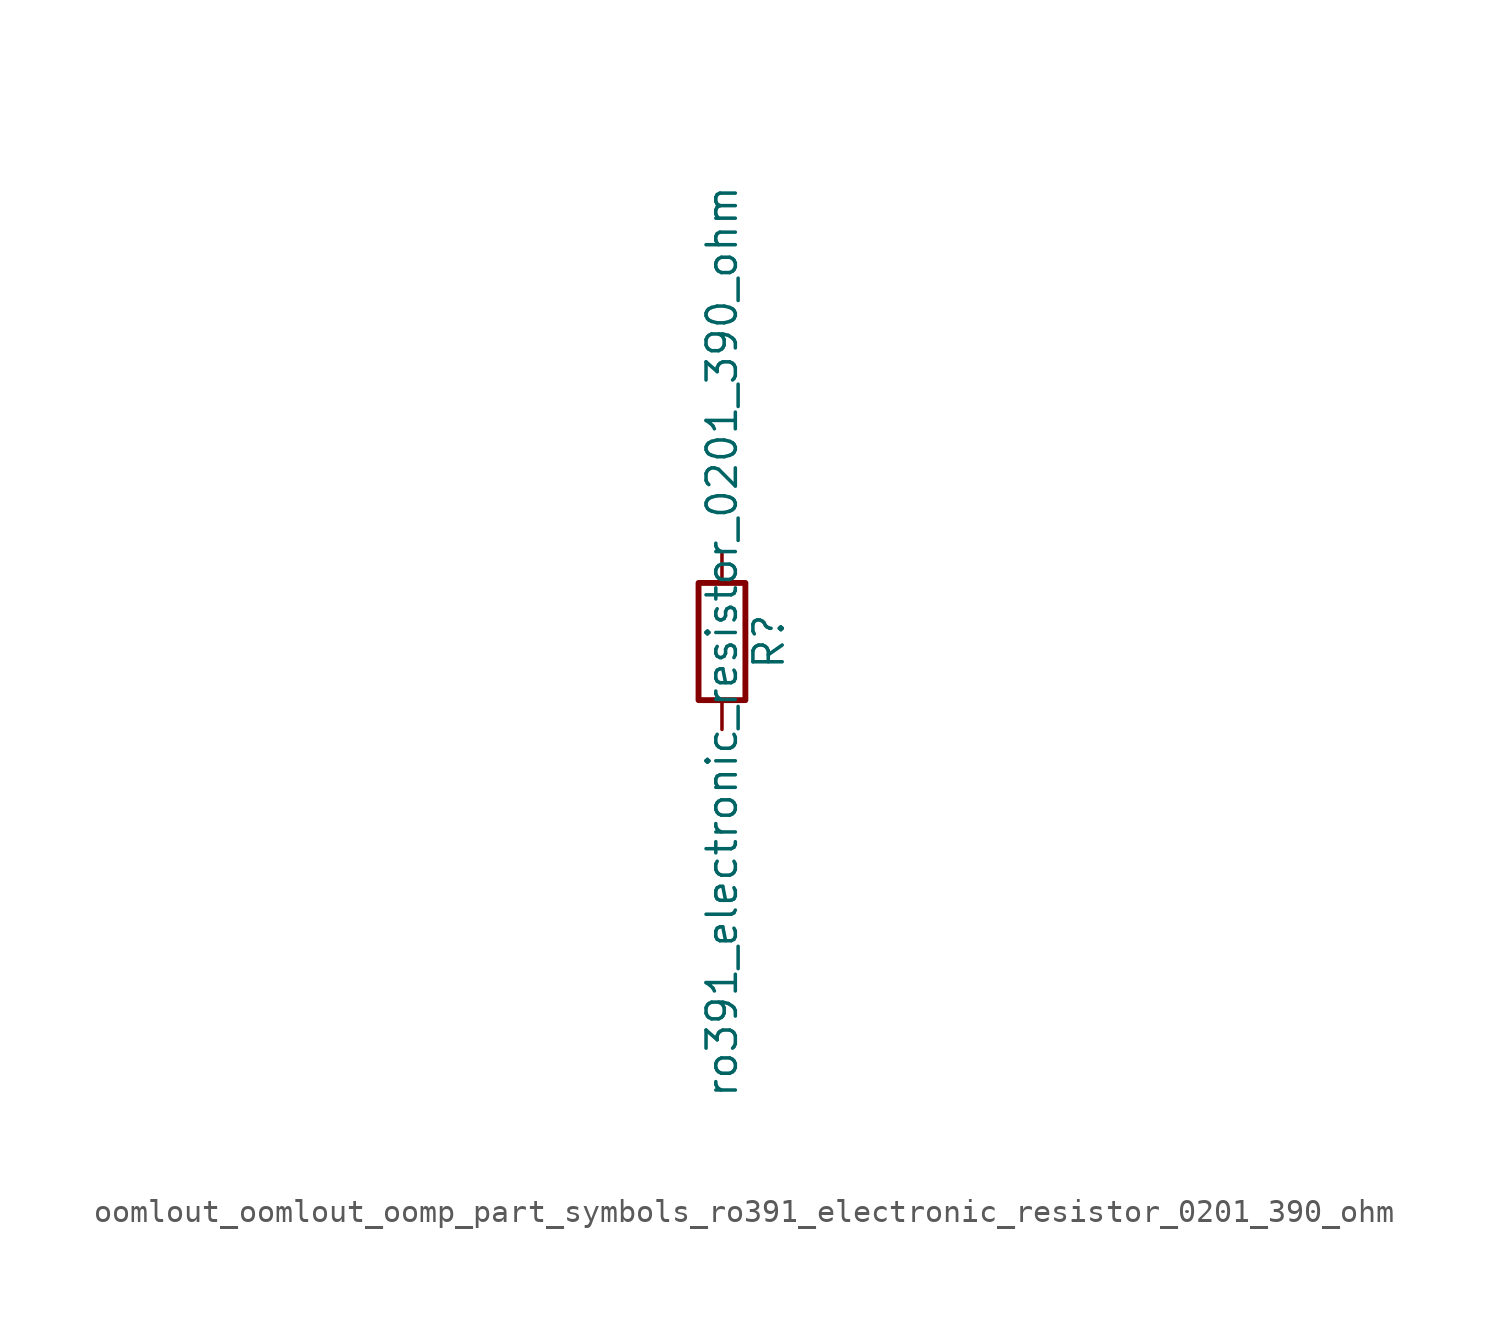
<source format=kicad_sym>
(kicad_symbol_lib
  (version 20220914)
  (generator kicad_symbol_editor)
  (symbol "oomlout_oomlout_oomp_part_symbols_ro391_electronic_resistor_0201_390_ohm"
    (pin_numbers hide)
    (pin_names
      (offset 0))
    (property "Reference" "R"
      (at 2.032 0 90)
      (effects (font (size 1.27 1.27))))
    (property "Value" "ro391_electronic_resistor_0201_390_ohm"
      (at 0 0 90)
      (effects (font (size 1.27 1.27))))
    (symbol "oomlout_oomlout_oomp_part_symbols_ro391_electronic_resistor_0201_390_ohm_0_1"
      (rectangle (start -1.016 -2.54) (end 1.016 2.54) (stroke (width 0.254) (type default)) (fill (type none))))
    (symbol "oomlout_oomlout_oomp_part_symbols_ro391_electronic_resistor_0201_390_ohm_1_1"
      (pin passive line (at 0 3.81 270) (length 1.27) (name "~" (effects (font (size 1.27 1.27)))) (number "1" (effects (font (size 1.27 1.27)))))
      (pin passive line (at 0 -3.81 90) (length 1.27) (name "~" (effects (font (size 1.27 1.27)))) (number "2" (effects (font (size 1.27 1.27))))))))
</source>
